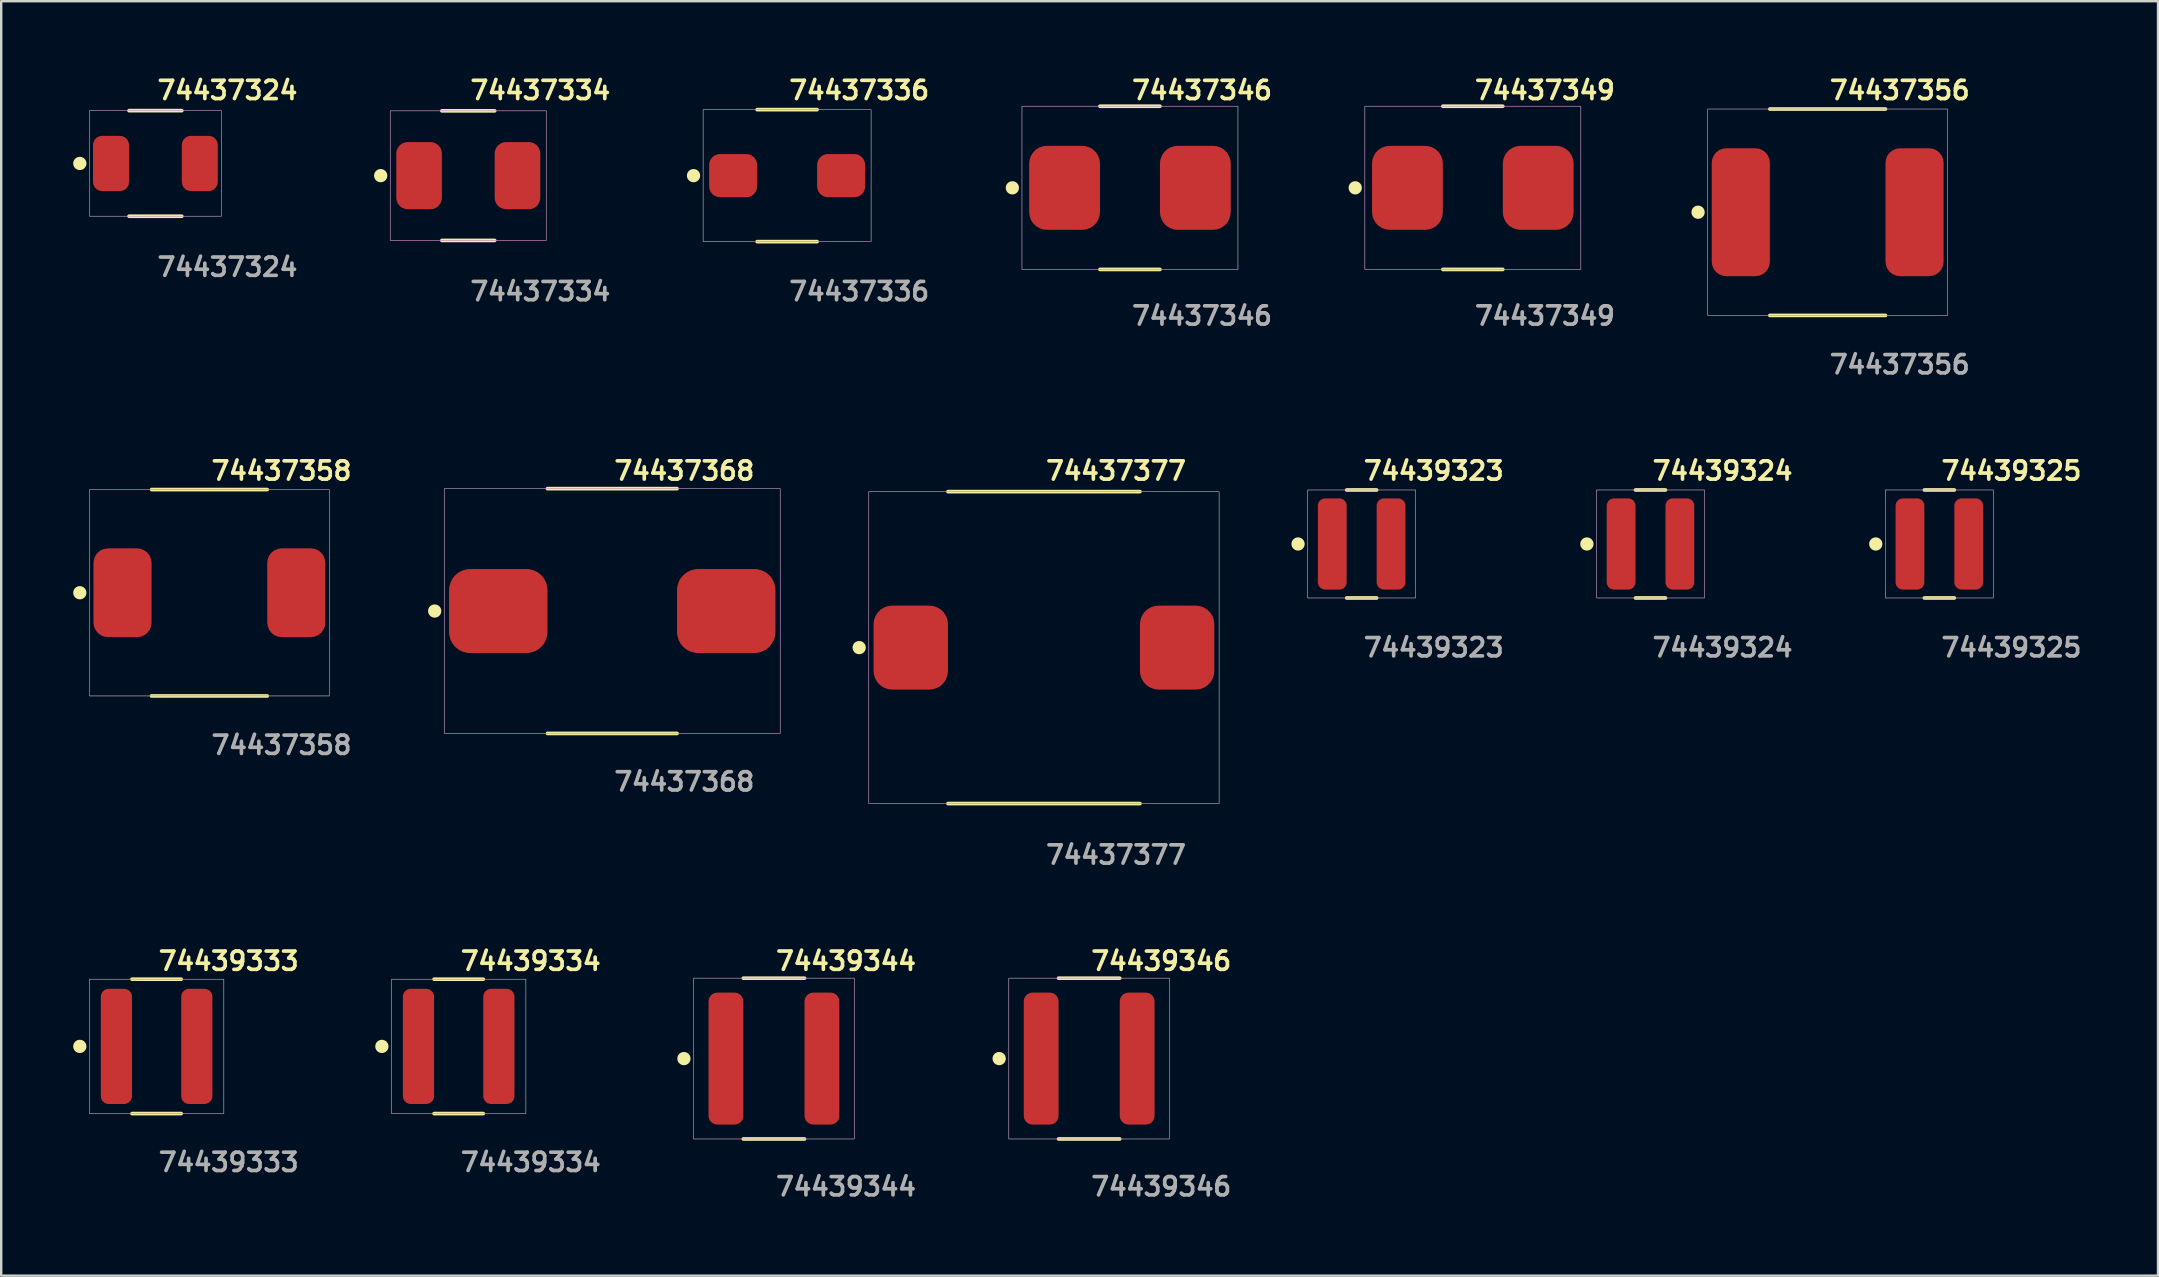
<source format=kicad_pcb>
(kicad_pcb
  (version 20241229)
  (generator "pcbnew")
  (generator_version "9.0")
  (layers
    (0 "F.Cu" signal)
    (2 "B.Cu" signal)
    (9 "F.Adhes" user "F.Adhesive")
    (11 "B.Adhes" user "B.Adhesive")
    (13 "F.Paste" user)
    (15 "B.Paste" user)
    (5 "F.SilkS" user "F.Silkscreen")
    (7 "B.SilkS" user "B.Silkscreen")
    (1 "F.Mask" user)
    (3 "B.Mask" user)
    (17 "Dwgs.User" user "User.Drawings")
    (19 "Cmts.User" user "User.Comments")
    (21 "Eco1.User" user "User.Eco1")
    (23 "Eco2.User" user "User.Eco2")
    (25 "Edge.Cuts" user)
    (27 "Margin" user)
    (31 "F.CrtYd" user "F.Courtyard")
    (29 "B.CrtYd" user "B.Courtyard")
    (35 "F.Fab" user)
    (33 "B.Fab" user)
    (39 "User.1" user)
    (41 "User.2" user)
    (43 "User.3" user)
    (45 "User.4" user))
  (footprint "74437377"
    (layer "F.Cu")
    (at 40.452 23.936)
    (property "Reference" "74437377" (at 0 -7.366 0) (unlocked yes) (layer "F.SilkS") (effects (font (size 0.762 0.762) (thickness 0.152)) (justify left)))
    (fp_line (start 4 -6.5) (end -4 -6.5) (stroke (width 0.152) (type solid)) (layer "F.SilkS"))
    (fp_line (start 4 6.5) (end -4 6.5) (stroke (width 0.152) (type solid)) (layer "F.SilkS"))
    (fp_circle (center -7.7 0) (end -7.9 0) (stroke (width 0.152) (type solid)) (fill yes) (layer "F.SilkS"))
    (fp_rect (start -7.3 -6.5) (end 7.3 6.5) (stroke (width 0.006) (type solid)) (fill no) (layer "F.CrtYd"))
    (fp_rect (start -7.3 -6.5) (end 7.3 6.5) (stroke (width 0.025) (type default)) (fill no) (layer "F.Fab"))
    (fp_text user "${REFERENCE}" (at 0 8.636 0) (unlocked yes) (layer "F.Fab") (effects (font (size 0.762 0.762) (thickness 0.152)) (justify left)))
    (pad "1" smd roundrect (at -5.55 0) (size 3.1 3.5) (layers "F.Cu" "F.Mask" "F.Paste") (roundrect_rratio 0.25))
    (pad "2" smd roundrect (at 5.55 0) (size 3.1 3.5) (layers "F.Cu" "F.Mask" "F.Paste") (roundrect_rratio 0.25)))
  (footprint "74437349"
    (layer "F.Cu")
    (at 58.323 4.777)
    (property "Reference" "74437349" (at 0 -4.064 0) (unlocked yes) (layer "F.SilkS") (effects (font (size 0.762 0.762) (thickness 0.152)) (justify left)))
    (fp_line (start 1.25 -3.4) (end -1.25 -3.4) (stroke (width 0.152) (type solid)) (layer "F.SilkS"))
    (fp_line (start 1.25 3.4) (end -1.25 3.4) (stroke (width 0.152) (type solid)) (layer "F.SilkS"))
    (fp_circle (center -4.9 0) (end -5.1 0) (stroke (width 0.152) (type solid)) (fill yes) (layer "F.SilkS"))
    (fp_rect (start -4.5 -3.4) (end 4.5 3.4) (stroke (width 0.006) (type solid)) (fill no) (layer "F.CrtYd"))
    (fp_rect (start -4.5 -3.4) (end 4.5 3.4) (stroke (width 0.025) (type default)) (fill no) (layer "F.Fab"))
    (fp_text user "${REFERENCE}" (at 0 5.334 0) (unlocked yes) (layer "F.Fab") (effects (font (size 0.762 0.762) (thickness 0.152)) (justify left)))
    (pad "1" smd roundrect (at -2.725 0) (size 2.95 3.5) (layers "F.Cu" "F.Mask" "F.Paste") (roundrect_rratio 0.25))
    (pad "2" smd roundrect (at 2.725 0) (size 2.95 3.5) (layers "F.Cu" "F.Mask" "F.Paste") (roundrect_rratio 0.25)))
  (footprint "74439346"
    (layer "F.Cu")
    (at 42.336 41.062)
    (property "Reference" "74439346" (at 0 -4.064 0) (unlocked yes) (layer "F.SilkS") (effects (font (size 0.762 0.762) (thickness 0.152)) (justify left)))
    (fp_line (start 1.275 -3.35) (end -1.275 -3.35) (stroke (width 0.152) (type solid)) (layer "F.SilkS"))
    (fp_line (start 1.275 3.35) (end -1.275 3.35) (stroke (width 0.152) (type solid)) (layer "F.SilkS"))
    (fp_circle (center -3.75 0) (end -3.95 0) (stroke (width 0.152) (type solid)) (fill yes) (layer "F.SilkS"))
    (fp_rect (start -3.35 -3.35) (end 3.35 3.35) (stroke (width 0.006) (type solid)) (fill no) (layer "F.CrtYd"))
    (fp_rect (start -3.35 -3.35) (end 3.35 3.35) (stroke (width 0.025) (type default)) (fill no) (layer "F.Fab"))
    (fp_text user "${REFERENCE}" (at 0 5.334 0) (unlocked yes) (layer "F.Fab") (effects (font (size 0.762 0.762) (thickness 0.152)) (justify left)))
    (pad "1" smd roundrect (at -2 0) (size 1.45 5.5) (layers "F.Cu" "F.Mask" "F.Paste") (roundrect_rratio 0.25))
    (pad "2" smd roundrect (at 2 0) (size 1.45 5.5) (layers "F.Cu" "F.Mask" "F.Paste") (roundrect_rratio 0.25)))
  (footprint "74437346"
    (layer "F.Cu")
    (at 44.036 4.777)
    (property "Reference" "74437346" (at 0 -4.064 0) (unlocked yes) (layer "F.SilkS") (effects (font (size 0.762 0.762) (thickness 0.152)) (justify left)))
    (fp_line (start 1.25 -3.4) (end -1.25 -3.4) (stroke (width 0.152) (type solid)) (layer "F.SilkS"))
    (fp_line (start 1.25 3.4) (end -1.25 3.4) (stroke (width 0.152) (type solid)) (layer "F.SilkS"))
    (fp_circle (center -4.9 0) (end -5.1 0) (stroke (width 0.152) (type solid)) (fill yes) (layer "F.SilkS"))
    (fp_rect (start -4.5 -3.4) (end 4.5 3.4) (stroke (width 0.006) (type solid)) (fill no) (layer "F.CrtYd"))
    (fp_rect (start -4.5 -3.4) (end 4.5 3.4) (stroke (width 0.025) (type default)) (fill no) (layer "F.Fab"))
    (fp_text user "${REFERENCE}" (at 0 5.334 0) (unlocked yes) (layer "F.Fab") (effects (font (size 0.762 0.762) (thickness 0.152)) (justify left)))
    (pad "1" smd roundrect (at -2.725 0) (size 2.95 3.5) (layers "F.Cu" "F.Mask" "F.Paste") (roundrect_rratio 0.25))
    (pad "2" smd roundrect (at 2.725 0) (size 2.95 3.5) (layers "F.Cu" "F.Mask" "F.Paste") (roundrect_rratio 0.25)))
  (footprint "74437336"
    (layer "F.Cu")
    (at 29.75 4.269)
    (property "Reference" "74437336" (at 0 -3.556 0) (unlocked yes) (layer "F.SilkS") (effects (font (size 0.762 0.762) (thickness 0.152)) (justify left)))
    (fp_line (start 1.25 -2.75) (end -1.25 -2.75) (stroke (width 0.152) (type solid)) (layer "F.SilkS"))
    (fp_line (start 1.25 2.75) (end -1.25 2.75) (stroke (width 0.152) (type solid)) (layer "F.SilkS"))
    (fp_circle (center -3.9 0) (end -4.1 0) (stroke (width 0.152) (type solid)) (fill yes) (layer "F.SilkS"))
    (fp_rect (start -3.5 -2.75) (end 3.5 2.75) (stroke (width 0.006) (type solid)) (fill no) (layer "F.CrtYd"))
    (fp_rect (start -3.5 -2.75) (end 3.5 2.75) (stroke (width 0.025) (type default)) (fill no) (layer "F.Fab"))
    (fp_text user "${REFERENCE}" (at 0 4.826 0) (unlocked yes) (layer "F.Fab") (effects (font (size 0.762 0.762) (thickness 0.152)) (justify left)))
    (pad "1" smd roundrect (at -2.25 0) (size 2 1.8) (layers "F.Cu" "F.Mask" "F.Paste") (roundrect_rratio 0.25))
    (pad "2" smd roundrect (at 2.25 0) (size 2 1.8) (layers "F.Cu" "F.Mask" "F.Paste") (roundrect_rratio 0.25)))
  (footprint "74437324"
    (layer "F.Cu")
    (at 3.426 3.761)
    (property "Reference" "74437324" (at 0 -3.048 0) (unlocked yes) (layer "F.SilkS") (effects (font (size 0.762 0.762) (thickness 0.152)) (justify left)))
    (fp_line (start 1.1 -2.2) (end -1.1 -2.2) (stroke (width 0.152) (type solid)) (layer "F.SilkS"))
    (fp_line (start 1.1 2.2) (end -1.1 2.2) (stroke (width 0.152) (type solid)) (layer "F.SilkS"))
    (fp_circle (center -3.15 0) (end -3.35 0) (stroke (width 0.152) (type solid)) (fill yes) (layer "F.SilkS"))
    (fp_rect (start -2.75 -2.2) (end 2.75 2.2) (stroke (width 0.006) (type solid)) (fill no) (layer "F.CrtYd"))
    (fp_rect (start -2.75 -2.2) (end 2.75 2.2) (stroke (width 0.025) (type default)) (fill no) (layer "F.Fab"))
    (fp_text user "${REFERENCE}" (at 0 4.318 0) (unlocked yes) (layer "F.Fab") (effects (font (size 0.762 0.762) (thickness 0.152)) (justify left)))
    (pad "1" smd roundrect (at -1.85 0) (size 1.5 2.3) (layers "F.Cu" "F.Mask" "F.Paste") (roundrect_rratio 0.25))
    (pad "2" smd roundrect (at 1.85 0) (size 1.5 2.3) (layers "F.Cu" "F.Mask" "F.Paste") (roundrect_rratio 0.25)))
  (footprint "74439324"
    (layer "F.Cu")
    (at 65.727 19.618)
    (property "Reference" "74439324" (at 0 -3.048 0) (unlocked yes) (layer "F.SilkS") (effects (font (size 0.762 0.762) (thickness 0.152)) (justify left)))
    (fp_line (start 0.625 -2.25) (end -0.625 -2.25) (stroke (width 0.152) (type solid)) (layer "F.SilkS"))
    (fp_line (start 0.625 2.25) (end -0.625 2.25) (stroke (width 0.152) (type solid)) (layer "F.SilkS"))
    (fp_circle (center -2.65 0) (end -2.85 0) (stroke (width 0.152) (type solid)) (fill yes) (layer "F.SilkS"))
    (fp_rect (start -2.25 -2.25) (end 2.25 2.25) (stroke (width 0.006) (type solid)) (fill no) (layer "F.CrtYd"))
    (fp_rect (start -2.25 -2.25) (end 2.25 2.25) (stroke (width 0.025) (type default)) (fill no) (layer "F.Fab"))
    (fp_text user "${REFERENCE}" (at 0 4.318 0) (unlocked yes) (layer "F.Fab") (effects (font (size 0.762 0.762) (thickness 0.152)) (justify left)))
    (pad "1" smd roundrect (at -1.225 0) (size 1.2 3.8) (layers "F.Cu" "F.Mask" "F.Paste") (roundrect_rratio 0.25))
    (pad "2" smd roundrect (at 1.225 0) (size 1.2 3.8) (layers "F.Cu" "F.Mask" "F.Paste") (roundrect_rratio 0.25)))
  (footprint "74439333"
    (layer "F.Cu")
    (at 3.476 40.554)
    (property "Reference" "74439333" (at 0 -3.556 0) (unlocked yes) (layer "F.SilkS") (effects (font (size 0.762 0.762) (thickness 0.152)) (justify left)))
    (fp_line (start 1.025 -2.8) (end -1.025 -2.8) (stroke (width 0.152) (type solid)) (layer "F.SilkS"))
    (fp_line (start 1.025 2.8) (end -1.025 2.8) (stroke (width 0.152) (type solid)) (layer "F.SilkS"))
    (fp_circle (center -3.2 0) (end -3.4 0) (stroke (width 0.152) (type solid)) (fill yes) (layer "F.SilkS"))
    (fp_rect (start -2.8 -2.8) (end 2.8 2.8) (stroke (width 0.006) (type solid)) (fill no) (layer "F.CrtYd"))
    (fp_rect (start -2.8 -2.8) (end 2.8 2.8) (stroke (width 0.025) (type default)) (fill no) (layer "F.Fab"))
    (fp_text user "${REFERENCE}" (at 0 4.826 0) (unlocked yes) (layer "F.Fab") (effects (font (size 0.762 0.762) (thickness 0.152)) (justify left)))
    (pad "1" smd roundrect (at -1.675 0) (size 1.3 4.8) (layers "F.Cu" "F.Mask" "F.Paste") (roundrect_rratio 0.25))
    (pad "2" smd roundrect (at 1.675 0) (size 1.3 4.8) (layers "F.Cu" "F.Mask" "F.Paste") (roundrect_rratio 0.25)))
  (footprint "74439344"
    (layer "F.Cu")
    (at 29.2 41.062)
    (property "Reference" "74439344" (at 0 -4.064 0) (unlocked yes) (layer "F.SilkS") (effects (font (size 0.762 0.762) (thickness 0.152)) (justify left)))
    (fp_line (start 1.275 -3.35) (end -1.275 -3.35) (stroke (width 0.152) (type solid)) (layer "F.SilkS"))
    (fp_line (start 1.275 3.35) (end -1.275 3.35) (stroke (width 0.152) (type solid)) (layer "F.SilkS"))
    (fp_circle (center -3.75 0) (end -3.95 0) (stroke (width 0.152) (type solid)) (fill yes) (layer "F.SilkS"))
    (fp_rect (start -3.35 -3.35) (end 3.35 3.35) (stroke (width 0.006) (type solid)) (fill no) (layer "F.CrtYd"))
    (fp_rect (start -3.35 -3.35) (end 3.35 3.35) (stroke (width 0.025) (type default)) (fill no) (layer "F.Fab"))
    (fp_text user "${REFERENCE}" (at 0 5.334 0) (unlocked yes) (layer "F.Fab") (effects (font (size 0.762 0.762) (thickness 0.152)) (justify left)))
    (pad "1" smd roundrect (at -2 0) (size 1.45 5.5) (layers "F.Cu" "F.Mask" "F.Paste") (roundrect_rratio 0.25))
    (pad "2" smd roundrect (at 2 0) (size 1.45 5.5) (layers "F.Cu" "F.Mask" "F.Paste") (roundrect_rratio 0.25)))
  (footprint "74437356"
    (layer "F.Cu")
    (at 73.11 5.793)
    (property "Reference" "74437356" (at 0 -5.08 0) (unlocked yes) (layer "F.SilkS") (effects (font (size 0.762 0.762) (thickness 0.152)) (justify left)))
    (fp_line (start 2.41 -4.3) (end -2.41 -4.3) (stroke (width 0.152) (type solid)) (layer "F.SilkS"))
    (fp_line (start 2.41 4.3) (end -2.41 4.3) (stroke (width 0.152) (type solid)) (layer "F.SilkS"))
    (fp_circle (center -5.4 0) (end -5.6 0) (stroke (width 0.152) (type solid)) (fill yes) (layer "F.SilkS"))
    (fp_rect (start -5 -4.3) (end 5 4.3) (stroke (width 0.006) (type solid)) (fill no) (layer "F.CrtYd"))
    (fp_rect (start -5 -4.3) (end 5 4.3) (stroke (width 0.025) (type default)) (fill no) (layer "F.Fab"))
    (fp_text user "${REFERENCE}" (at 0 6.35 0) (unlocked yes) (layer "F.Fab") (effects (font (size 0.762 0.762) (thickness 0.152)) (justify left)))
    (pad "1" smd roundrect (at -3.62 0) (size 2.42 5.33) (layers "F.Cu" "F.Mask" "F.Paste") (roundrect_rratio 0.25))
    (pad "2" smd roundrect (at 3.62 0) (size 2.42 5.33) (layers "F.Cu" "F.Mask" "F.Paste") (roundrect_rratio 0.25)))
  (footprint "74437334"
    (layer "F.Cu")
    (at 16.463 4.269)
    (property "Reference" "74437334" (at 0 -3.556 0) (unlocked yes) (layer "F.SilkS") (effects (font (size 0.762 0.762) (thickness 0.152)) (justify left)))
    (fp_line (start 1.1 -2.7) (end -1.1 -2.7) (stroke (width 0.152) (type solid)) (layer "F.SilkS"))
    (fp_line (start 1.1 2.7) (end -1.1 2.7) (stroke (width 0.152) (type solid)) (layer "F.SilkS"))
    (fp_circle (center -3.65 0) (end -3.85 0) (stroke (width 0.152) (type solid)) (fill yes) (layer "F.SilkS"))
    (fp_rect (start -3.25 -2.7) (end 3.25 2.7) (stroke (width 0.006) (type solid)) (fill no) (layer "F.CrtYd"))
    (fp_rect (start -3.25 -2.7) (end 3.25 2.7) (stroke (width 0.025) (type default)) (fill no) (layer "F.Fab"))
    (fp_text user "${REFERENCE}" (at 0 4.826 0) (unlocked yes) (layer "F.Fab") (effects (font (size 0.762 0.762) (thickness 0.152)) (justify left)))
    (pad "1" smd roundrect (at -2.05 0) (size 1.9 2.8) (layers "F.Cu" "F.Mask" "F.Paste") (roundrect_rratio 0.25))
    (pad "2" smd roundrect (at 2.05 0) (size 1.9 2.8) (layers "F.Cu" "F.Mask" "F.Paste") (roundrect_rratio 0.25)))
  (footprint "74437358"
    (layer "F.Cu")
    (at 5.676 21.65)
    (property "Reference" "74437358" (at 0 -5.08 0) (unlocked yes) (layer "F.SilkS") (effects (font (size 0.762 0.762) (thickness 0.152)) (justify left)))
    (fp_line (start 2.41 -4.3) (end -2.41 -4.3) (stroke (width 0.152) (type solid)) (layer "F.SilkS"))
    (fp_line (start 2.41 4.3) (end -2.41 4.3) (stroke (width 0.152) (type solid)) (layer "F.SilkS"))
    (fp_circle (center -5.4 0) (end -5.6 0) (stroke (width 0.152) (type solid)) (fill yes) (layer "F.SilkS"))
    (fp_rect (start -5 -4.3) (end 5 4.3) (stroke (width 0.006) (type solid)) (fill no) (layer "F.CrtYd"))
    (fp_rect (start -5 -4.3) (end 5 4.3) (stroke (width 0.025) (type default)) (fill no) (layer "F.Fab"))
    (fp_text user "${REFERENCE}" (at 0 6.35 0) (unlocked yes) (layer "F.Fab") (effects (font (size 0.762 0.762) (thickness 0.152)) (justify left)))
    (pad "1" smd roundrect (at -3.62 0) (size 2.42 3.7) (layers "F.Cu" "F.Mask" "F.Paste") (roundrect_rratio 0.25))
    (pad "2" smd roundrect (at 3.62 0) (size 2.42 3.7) (layers "F.Cu" "F.Mask" "F.Paste") (roundrect_rratio 0.25)))
  (footprint "74439325"
    (layer "F.Cu")
    (at 77.764 19.618)
    (property "Reference" "74439325" (at 0 -3.048 0) (unlocked yes) (layer "F.SilkS") (effects (font (size 0.762 0.762) (thickness 0.152)) (justify left)))
    (fp_line (start 0.625 -2.25) (end -0.625 -2.25) (stroke (width 0.152) (type solid)) (layer "F.SilkS"))
    (fp_line (start 0.625 2.25) (end -0.625 2.25) (stroke (width 0.152) (type solid)) (layer "F.SilkS"))
    (fp_circle (center -2.65 0) (end -2.85 0) (stroke (width 0.152) (type solid)) (fill yes) (layer "F.SilkS"))
    (fp_rect (start -2.25 -2.25) (end 2.25 2.25) (stroke (width 0.006) (type solid)) (fill no) (layer "F.CrtYd"))
    (fp_rect (start -2.25 -2.25) (end 2.25 2.25) (stroke (width 0.025) (type default)) (fill no) (layer "F.Fab"))
    (fp_text user "${REFERENCE}" (at 0 4.318 0) (unlocked yes) (layer "F.Fab") (effects (font (size 0.762 0.762) (thickness 0.152)) (justify left)))
    (pad "1" smd roundrect (at -1.225 0) (size 1.2 3.8) (layers "F.Cu" "F.Mask" "F.Paste") (roundrect_rratio 0.25))
    (pad "2" smd roundrect (at 1.225 0) (size 1.2 3.8) (layers "F.Cu" "F.Mask" "F.Paste") (roundrect_rratio 0.25)))
  (footprint "74439323"
    (layer "F.Cu")
    (at 53.691 19.618)
    (property "Reference" "74439323" (at 0 -3.048 0) (unlocked yes) (layer "F.SilkS") (effects (font (size 0.762 0.762) (thickness 0.152)) (justify left)))
    (fp_line (start 0.625 -2.25) (end -0.625 -2.25) (stroke (width 0.152) (type solid)) (layer "F.SilkS"))
    (fp_line (start 0.625 2.25) (end -0.625 2.25) (stroke (width 0.152) (type solid)) (layer "F.SilkS"))
    (fp_circle (center -2.65 0) (end -2.85 0) (stroke (width 0.152) (type solid)) (fill yes) (layer "F.SilkS"))
    (fp_rect (start -2.25 -2.25) (end 2.25 2.25) (stroke (width 0.006) (type solid)) (fill no) (layer "F.CrtYd"))
    (fp_rect (start -2.25 -2.25) (end 2.25 2.25) (stroke (width 0.025) (type default)) (fill no) (layer "F.Fab"))
    (fp_text user "${REFERENCE}" (at 0 4.318 0) (unlocked yes) (layer "F.Fab") (effects (font (size 0.762 0.762) (thickness 0.152)) (justify left)))
    (pad "1" smd roundrect (at -1.225 0) (size 1.2 3.8) (layers "F.Cu" "F.Mask" "F.Paste") (roundrect_rratio 0.25))
    (pad "2" smd roundrect (at 1.225 0) (size 1.2 3.8) (layers "F.Cu" "F.Mask" "F.Paste") (roundrect_rratio 0.25)))
  (footprint "74439334"
    (layer "F.Cu")
    (at 16.063 40.554)
    (property "Reference" "74439334" (at 0 -3.556 0) (unlocked yes) (layer "F.SilkS") (effects (font (size 0.762 0.762) (thickness 0.152)) (justify left)))
    (fp_line (start 1.025 -2.8) (end -1.025 -2.8) (stroke (width 0.152) (type solid)) (layer "F.SilkS"))
    (fp_line (start 1.025 2.8) (end -1.025 2.8) (stroke (width 0.152) (type solid)) (layer "F.SilkS"))
    (fp_circle (center -3.2 0) (end -3.4 0) (stroke (width 0.152) (type solid)) (fill yes) (layer "F.SilkS"))
    (fp_rect (start -2.8 -2.8) (end 2.8 2.8) (stroke (width 0.006) (type solid)) (fill no) (layer "F.CrtYd"))
    (fp_rect (start -2.8 -2.8) (end 2.8 2.8) (stroke (width 0.025) (type default)) (fill no) (layer "F.Fab"))
    (fp_text user "${REFERENCE}" (at 0 4.826 0) (unlocked yes) (layer "F.Fab") (effects (font (size 0.762 0.762) (thickness 0.152)) (justify left)))
    (pad "1" smd roundrect (at -1.675 0) (size 1.3 4.8) (layers "F.Cu" "F.Mask" "F.Paste") (roundrect_rratio 0.25))
    (pad "2" smd roundrect (at 1.675 0) (size 1.3 4.8) (layers "F.Cu" "F.Mask" "F.Paste") (roundrect_rratio 0.25)))
  (footprint "74437368"
    (layer "F.Cu")
    (at 22.463 22.412)
    (property "Reference" "74437368" (at 0 -5.842 0) (unlocked yes) (layer "F.SilkS") (effects (font (size 0.762 0.762) (thickness 0.152)) (justify left)))
    (fp_line (start 2.7 -5.1) (end -2.7 -5.1) (stroke (width 0.152) (type solid)) (layer "F.SilkS"))
    (fp_line (start 2.7 5.1) (end -2.7 5.1) (stroke (width 0.152) (type solid)) (layer "F.SilkS"))
    (fp_circle (center -7.4 0) (end -7.6 0) (stroke (width 0.152) (type solid)) (fill yes) (layer "F.SilkS"))
    (fp_rect (start -7 -5.1) (end 7 5.1) (stroke (width 0.006) (type solid)) (fill no) (layer "F.CrtYd"))
    (fp_rect (start -7 -5.1) (end 7 5.1) (stroke (width 0.025) (type default)) (fill no) (layer "F.Fab"))
    (fp_text user "${REFERENCE}" (at 0 7.112 0) (unlocked yes) (layer "F.Fab") (effects (font (size 0.762 0.762) (thickness 0.152)) (justify left)))
    (pad "1" smd roundrect (at -4.75 0) (size 4.1 3.5) (layers "F.Cu" "F.Mask" "F.Paste") (roundrect_rratio 0.25))
    (pad "2" smd roundrect (at 4.75 0) (size 4.1 3.5) (layers "F.Cu" "F.Mask" "F.Paste") (roundrect_rratio 0.25)))
  (gr_rect
    (start -3 -3)
    (end 86.875 50.109)
    (stroke (width 0.1) (type default))
    (fill no)
    (layer "Edge.Cuts")))
</source>
